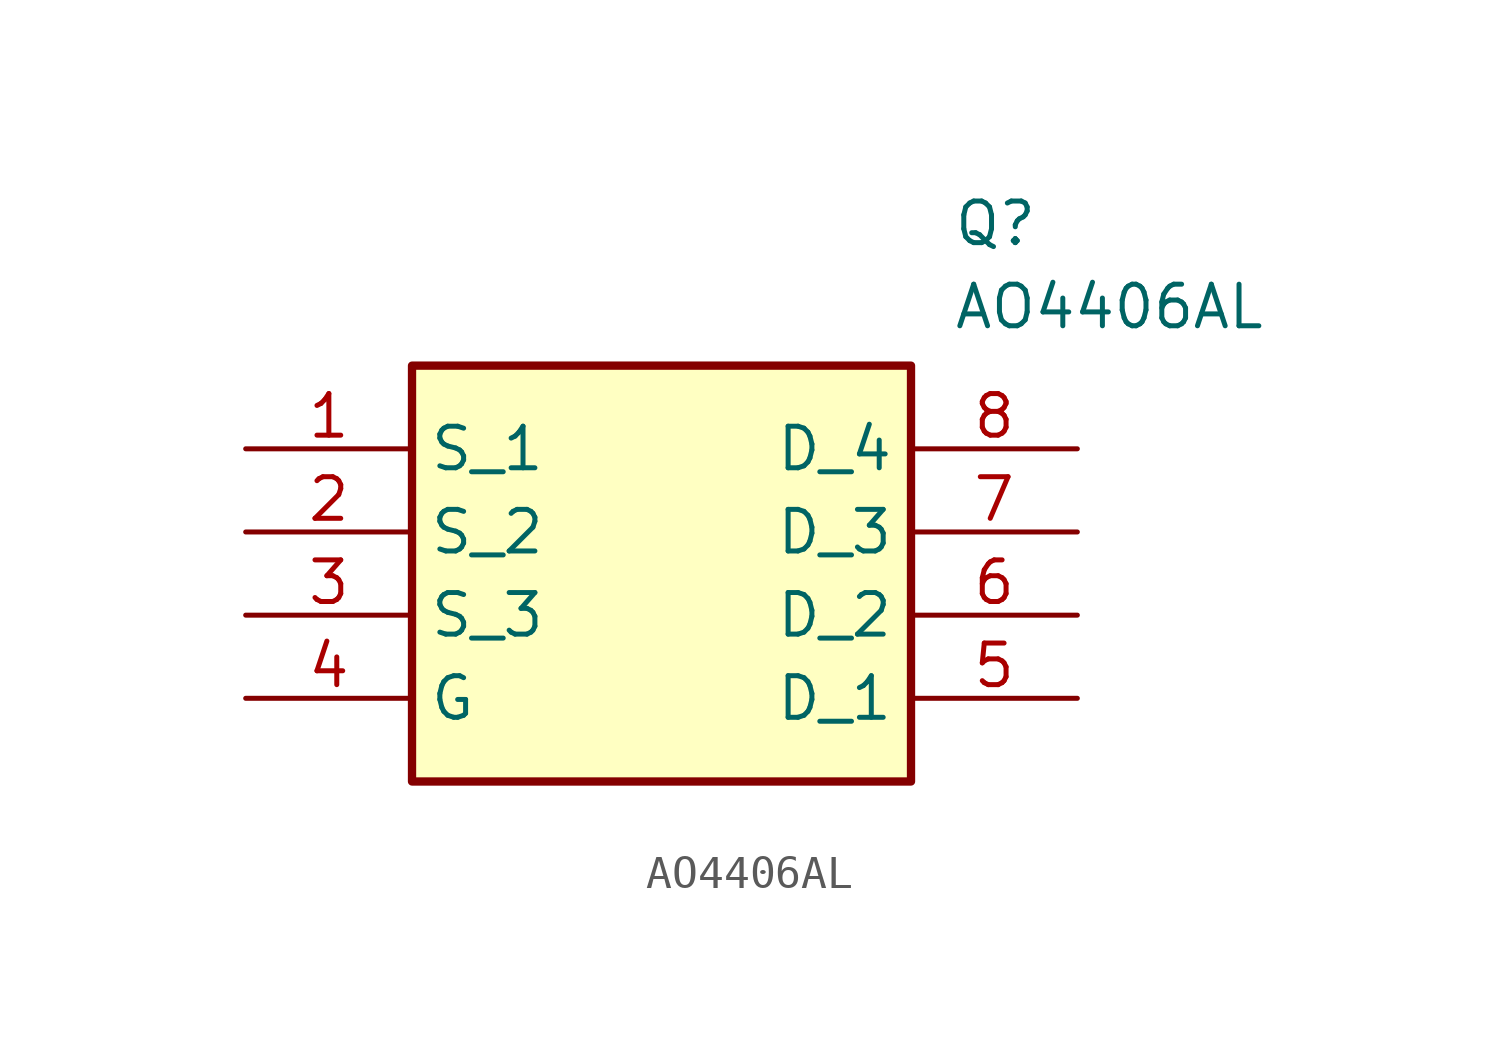
<source format=kicad_sym>
(kicad_symbol_lib
  (version 20220914)
  (generator SamacSys_ECAD_Model)
  (symbol "AO4406AL"
    (property "Reference" "Q"
      (at 21.59 7.62 0)
      (effects (font (size 1.27 1.27)) (justify left top)))
    (property "Value" "AO4406AL"
      (at 21.59 5.08 0)
      (effects (font (size 1.27 1.27)) (justify left top)))
    (rectangle
      (start 5.08 2.54)
      (end 20.32 -10.16)
      (stroke (width 0.254) (type default))
      (fill (type background)))
    (pin passive line
      (at 0 0 0)
      (length 5.08)
      (name "S_1" (effects (font (size 1.27 1.27))))
      (number "1" (effects (font (size 1.27 1.27)))))
    (pin passive line
      (at 0 -2.54 0)
      (length 5.08)
      (name "S_2" (effects (font (size 1.27 1.27))))
      (number "2" (effects (font (size 1.27 1.27)))))
    (pin passive line
      (at 0 -5.08 0)
      (length 5.08)
      (name "S_3" (effects (font (size 1.27 1.27))))
      (number "3" (effects (font (size 1.27 1.27)))))
    (pin passive line
      (at 0 -7.62 0)
      (length 5.08)
      (name "G" (effects (font (size 1.27 1.27))))
      (number "4" (effects (font (size 1.27 1.27)))))
    (pin passive line
      (at 25.4 0 180)
      (length 5.08)
      (name "D_4" (effects (font (size 1.27 1.27))))
      (number "8" (effects (font (size 1.27 1.27)))))
    (pin passive line
      (at 25.4 -2.54 180)
      (length 5.08)
      (name "D_3" (effects (font (size 1.27 1.27))))
      (number "7" (effects (font (size 1.27 1.27)))))
    (pin passive line
      (at 25.4 -5.08 180)
      (length 5.08)
      (name "D_2" (effects (font (size 1.27 1.27))))
      (number "6" (effects (font (size 1.27 1.27)))))
    (pin passive line
      (at 25.4 -7.62 180)
      (length 5.08)
      (name "D_1" (effects (font (size 1.27 1.27))))
      (number "5" (effects (font (size 1.27 1.27)))))))
</source>
